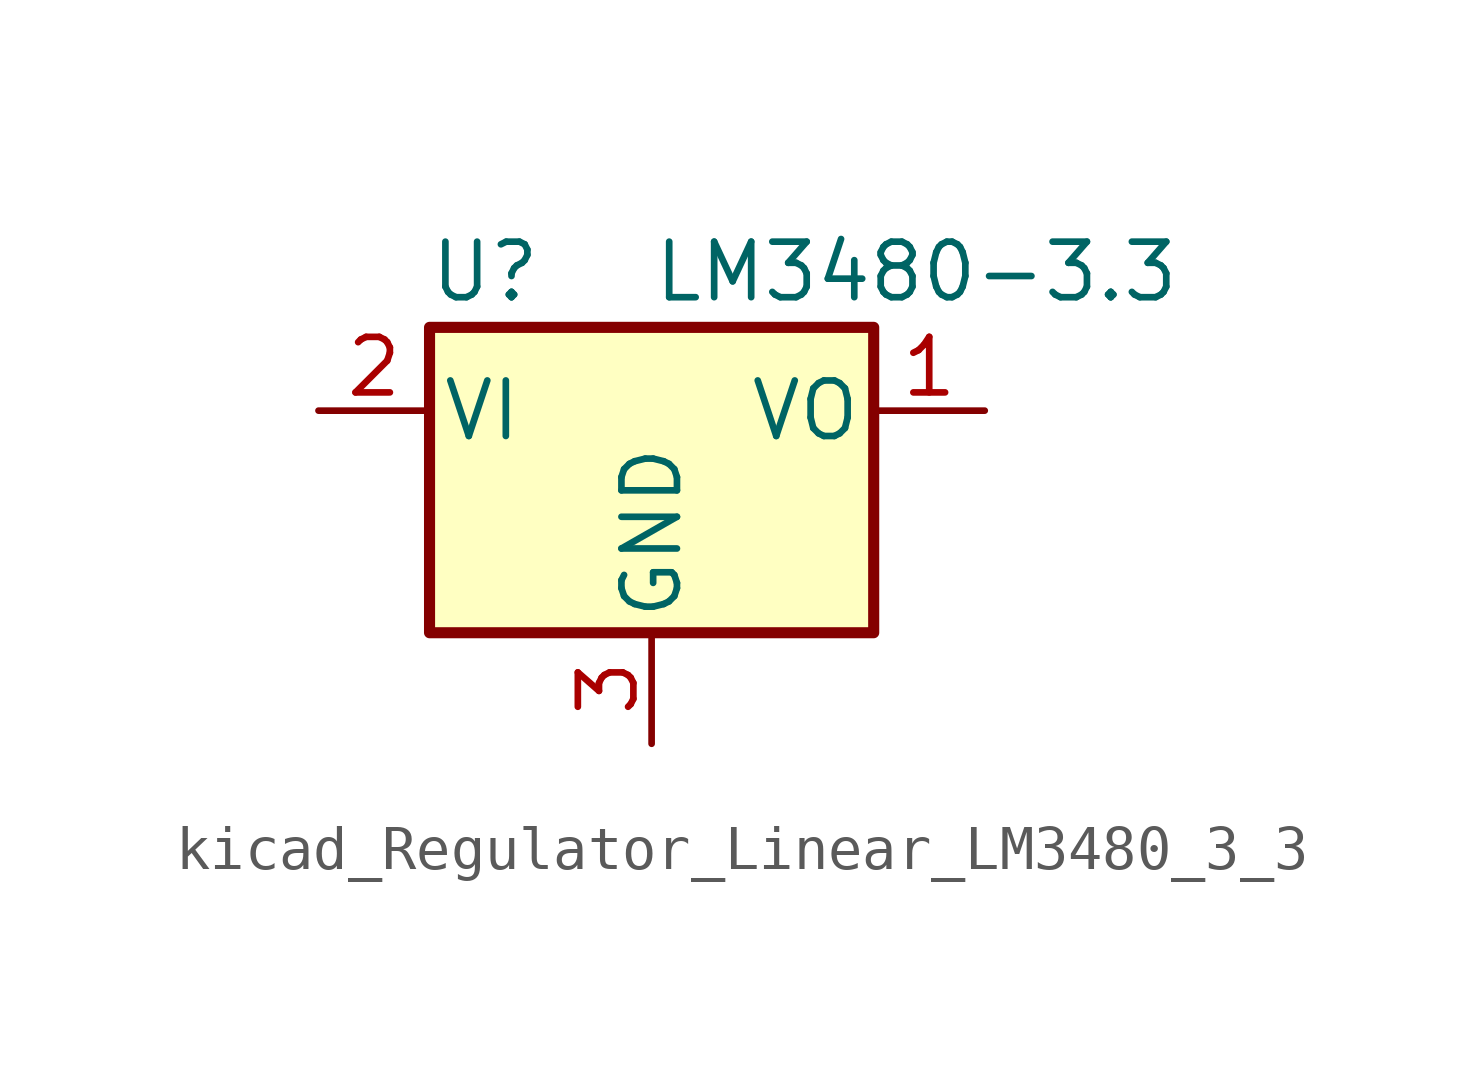
<source format=kicad_sym>
(kicad_symbol_lib
  (version 20220914)
  (generator kicad_symbol_editor)
  (symbol "kicad_Regulator_Linear_LM3480_3_3"
    (pin_names
      (offset 0.254))
    (property "Reference" "U"
      (at -3.81 3.175 0)
      (effects (font (size 1.27 1.27))))
    (property "Value" "LM3480-3.3"
      (at 0 3.175 0)
      (effects (font (size 1.27 1.27)) (justify left)))
    (symbol "kicad_Regulator_Linear_LM3480_3_3_0_1"
      (rectangle (start -5.08 1.905) (end 5.08 -5.08) (stroke (width 0.254) (type default)) (fill (type background))))
    (symbol "kicad_Regulator_Linear_LM3480_3_3_1_1"
      (pin power_out line (at 7.62 0 180) (length 2.54) (name "VO" (effects (font (size 1.27 1.27)))) (number "1" (effects (font (size 1.27 1.27)))))
      (pin power_in line (at -7.62 0 0) (length 2.54) (name "VI" (effects (font (size 1.27 1.27)))) (number "2" (effects (font (size 1.27 1.27)))))
      (pin power_in line (at 0 -7.62 90) (length 2.54) (name "GND" (effects (font (size 1.27 1.27)))) (number "3" (effects (font (size 1.27 1.27))))))))
</source>
